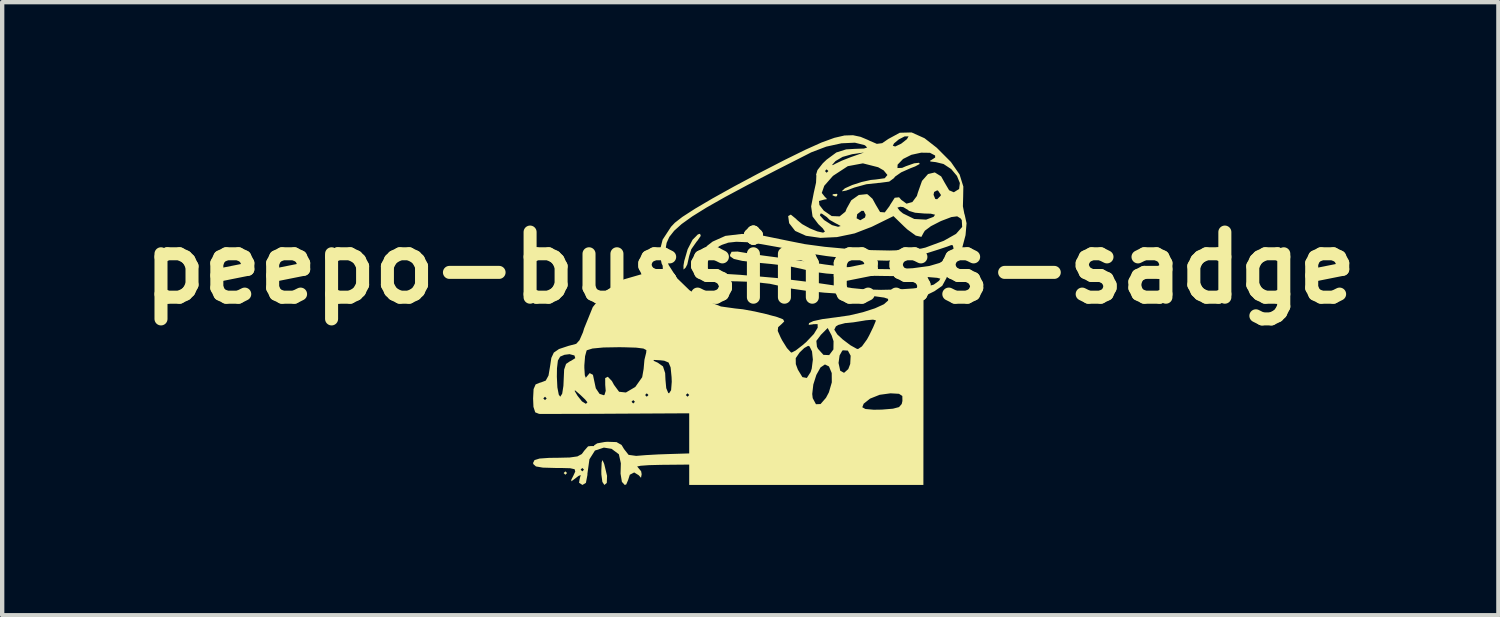
<source format=kicad_pcb>
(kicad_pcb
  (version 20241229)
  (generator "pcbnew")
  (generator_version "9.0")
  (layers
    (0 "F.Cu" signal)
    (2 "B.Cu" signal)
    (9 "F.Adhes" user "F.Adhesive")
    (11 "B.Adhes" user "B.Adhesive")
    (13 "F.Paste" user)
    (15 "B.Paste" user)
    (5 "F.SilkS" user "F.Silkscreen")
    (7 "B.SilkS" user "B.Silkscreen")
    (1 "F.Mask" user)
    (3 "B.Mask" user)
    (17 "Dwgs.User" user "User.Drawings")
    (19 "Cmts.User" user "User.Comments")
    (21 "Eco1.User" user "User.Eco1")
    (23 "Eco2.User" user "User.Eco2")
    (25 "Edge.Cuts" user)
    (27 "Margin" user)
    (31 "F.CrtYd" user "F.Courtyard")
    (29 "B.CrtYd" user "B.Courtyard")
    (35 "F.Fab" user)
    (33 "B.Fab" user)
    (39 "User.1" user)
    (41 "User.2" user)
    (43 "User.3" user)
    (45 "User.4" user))
  (footprint "peepo-bussiness-sadge"
    (layer "F.Cu")
    (at 14.229 3.116)
    (property "Reference" "peepo-bussiness-sadge" (at 0 0 0) (layer "F.SilkS") (effects (font (size 1.5 1.5) (thickness 0.3))))
    (attr board_only exclude_from_pos_files exclude_from_bom)
    (fp_poly (pts (xy -4.22 4.728) (xy -4.259 4.767) (xy -4.298 4.728) (xy -4.259 4.689)) (stroke (width 0) (type solid)) (fill yes) (layer "F.SilkS"))
    (fp_poly (pts (xy 2.006 -1.693) (xy 1.995 -1.647) (xy 1.954 -1.641) (xy 1.89 -1.67) (xy 1.902 -1.693) (xy 1.994 -1.703)) (stroke (width 0) (type solid)) (fill yes) (layer "F.SilkS"))
    (fp_poly (pts (xy -3.369 4.508) (xy -3.361 4.533) (xy -3.299 4.792) (xy -3.305 4.956) (xy -3.361 5.002) (xy -3.407 4.932) (xy -3.43 4.758) (xy -3.431 4.67) (xy -3.422 4.478) (xy -3.404 4.429)) (stroke (width 0) (type solid)) (fill yes) (layer "F.SilkS"))
    (fp_poly (pts (xy -1.141 -0.734) (xy -1.221 -0.618) (xy -1.237 -0.601) (xy -1.359 -0.426) (xy -1.408 -0.269) (xy -1.451 -0.077) (xy -1.491 0) (xy -1.538 0.041) (xy -1.539 -0.05) (xy -1.521 -0.156) (xy -1.443 -0.426) (xy -1.33 -0.644) (xy -1.207 -0.768) (xy -1.157 -0.782)) (stroke (width 0) (type solid)) (fill yes) (layer "F.SilkS"))
    (fp_poly (pts (xy 4.012 -2.983) (xy 4.293 -2.764) (xy 4.62 -2.436) (xy 4.82 -2.147) (xy 4.906 -1.87) (xy 4.902 -1.641) (xy 4.896 -1.415) (xy 4.93 -1.238) (xy 4.937 -1.223) (xy 4.98 -1.025) (xy 4.957 -0.751) (xy 4.881 -0.463) (xy 4.765 -0.221) (xy 4.726 -0.168) (xy 4.595 0.031) (xy 4.522 0.223) (xy 4.521 0.23) (xy 4.42 0.416) (xy 4.242 0.54) (xy 3.989 0.664) (xy 3.988 2.833) (xy 3.986 5.002) (xy 1.29 5.002) (xy -1.407 5.002) (xy -1.407 4.767) (xy -1.407 4.533) (xy -2.052 4.539) (xy -2.332 4.546) (xy -2.526 4.56) (xy -2.606 4.577) (xy -2.599 4.585) (xy -2.514 4.687) (xy -2.502 4.754) (xy -2.517 4.837) (xy -2.572 4.777) (xy -2.674 4.714) (xy -2.775 4.767) (xy -2.814 4.889) (xy -2.857 4.99) (xy -2.892 5.002) (xy -2.957 4.931) (xy -2.988 4.741) (xy -2.981 4.503) (xy -3.027 4.295) (xy -3.195 4.17) (xy -3.372 4.142) (xy -3.578 4.21) (xy -3.705 4.411) (xy -3.751 4.743) (xy -3.751 4.772) (xy -3.786 4.954) (xy -3.866 5.002) (xy -3.944 4.952) (xy -3.93 4.865) (xy -3.905 4.774) (xy -3.958 4.795) (xy -4.023 4.846) (xy -4.122 4.919) (xy -4.122 4.881) (xy -4.074 4.787) (xy -4.031 4.693) (xy -4.043 4.65) (xy -3.908 4.65) (xy -3.869 4.689) (xy -3.83 4.65) (xy -3.869 4.611) (xy -3.908 4.65) (xy -4.043 4.65) (xy -4.046 4.64) (xy -4.149 4.617) (xy -4.369 4.611) (xy -4.491 4.611) (xy -4.777 4.603) (xy -4.936 4.576) (xy -4.998 4.521) (xy -5.002 4.494) (xy -4.97 4.43) (xy -4.854 4.394) (xy -4.625 4.378) (xy -4.458 4.377) (xy -4.161 4.37) (xy -3.982 4.345) (xy -3.88 4.29) (xy -3.828 4.218) (xy -3.736 4.113) (xy -3.669 4.106) (xy -3.599 4.107) (xy -3.595 4.088) (xy -3.525 4.044) (xy -3.353 4.013) (xy -3.293 4.008) (xy -3.081 4.015) (xy -2.964 4.082) (xy -2.909 4.174) (xy -2.803 4.309) (xy -2.627 4.333) (xy -2.605 4.331) (xy -2.406 4.315) (xy -2.122 4.299) (xy -1.895 4.291) (xy -1.407 4.276) (xy -1.407 3.814) (xy -1.407 3.352) (xy -3.068 3.361) (xy -3.569 3.364) (xy -4.022 3.365) (xy -4.403 3.366) (xy -4.685 3.367) (xy -4.845 3.366) (xy -4.865 3.365) (xy -4.953 3.33) (xy -4.991 3.213) (xy 2.579 3.213) (xy 2.651 3.253) (xy 2.843 3.27) (xy 3.028 3.267) (xy 3.285 3.246) (xy 3.425 3.209) (xy 3.487 3.138) (xy 3.503 3.068) (xy 3.501 2.953) (xy 3.424 2.903) (xy 3.232 2.892) (xy 3.227 2.892) (xy 2.979 2.926) (xy 2.758 3.014) (xy 2.611 3.131) (xy 2.579 3.213) (xy -4.991 3.213) (xy -4.994 3.206) (xy -5.002 3.014) (xy -5.002 3.009) (xy -4.767 3.009) (xy -4.728 3.048) (xy -4.689 3.009) (xy -4.728 2.97) (xy -4.767 3.009) (xy -5.002 3.009) (xy -4.991 2.795) (xy -4.944 2.687) (xy -4.841 2.645) (xy -4.826 2.643) (xy -4.711 2.599) (xy -4.662 2.51) (xy -4.455 2.51) (xy -4.443 2.756) (xy -4.411 2.922) (xy -4.377 2.97) (xy -4.332 2.9) (xy -4.322 2.836) (xy -4.046 2.836) (xy -3.978 2.95) (xy -3.876 3.078) (xy -3.786 3.134) (xy -3.751 3.099) (xy -3.761 3.087) (xy -2.735 3.087) (xy -2.696 3.126) (xy -2.657 3.087) (xy -2.696 3.048) (xy -2.735 3.087) (xy -3.761 3.087) (xy -3.803 3.034) (xy -3.919 2.923) (xy -4.034 2.824) (xy -4.046 2.836) (xy -4.322 2.836) (xy -4.304 2.72) (xy -4.298 2.584) (xy -4.287 2.344) (xy -4.274 2.306) (xy -3.822 2.306) (xy -3.811 2.476) (xy -3.788 2.535) (xy -3.778 2.52) (xy -3.699 2.426) (xy -3.624 2.466) (xy -3.595 2.603) (xy -3.558 2.776) (xy -3.472 2.904) (xy -3.373 2.936) (xy -3.361 2.931) (xy -2.423 2.931) (xy -2.384 2.97) (xy -2.345 2.931) (xy -1.485 2.931) (xy -1.446 2.97) (xy -1.407 2.931) (xy -1.43 2.907) (xy 1.426 2.907) (xy 1.437 3.003) (xy 1.512 3.143) (xy 1.618 3.139) (xy 1.743 2.995) (xy 1.81 2.869) (xy 1.877 2.639) (xy 1.875 2.425) (xy 1.812 2.273) (xy 1.719 2.227) (xy 1.617 2.296) (xy 1.521 2.468) (xy 1.451 2.689) (xy 1.426 2.907) (xy -1.43 2.907) (xy -1.446 2.892) (xy -1.485 2.931) (xy -2.345 2.931) (xy -2.384 2.892) (xy -2.423 2.931) (xy -3.361 2.931) (xy -3.359 2.93) (xy -3.33 2.836) (xy -3.341 2.698) (xy -3.342 2.541) (xy -3.281 2.511) (xy -3.187 2.609) (xy -3.14 2.696) (xy -3.022 2.856) (xy -2.865 2.873) (xy -2.655 2.749) (xy -2.647 2.743) (xy -2.49 2.521) (xy -2.457 2.333) (xy -2.44 2.142) (xy -2.228 2.142) (xy -2.13 2.187) (xy -2.011 2.272) (xy -1.961 2.425) (xy -1.954 2.577) (xy -1.936 2.773) (xy -1.89 2.883) (xy -1.871 2.892) (xy -1.824 2.82) (xy -1.809 2.626) (xy -1.813 2.52) (xy -1.835 2.295) (xy -1.882 2.183) (xy -1.982 2.141) (xy -2.071 2.131) (xy -2.221 2.123) (xy -2.228 2.142) (xy -2.44 2.142) (xy -2.437 2.115) (xy -2.429 2.082) (xy 1.046 2.082) (xy 1.048 2.219) (xy 1.095 2.346) (xy 1.2 2.519) (xy 1.302 2.538) (xy 1.39 2.401) (xy 1.415 2.321) (xy 1.431 2.193) (xy 2.032 2.193) (xy 2.071 2.372) (xy 2.159 2.42) (xy 2.256 2.334) (xy 2.301 2.216) (xy 2.311 2.026) (xy 2.247 1.908) (xy 2.135 1.901) (xy 2.117 1.911) (xy 2.056 2.02) (xy 2.032 2.193) (xy 1.431 2.193) (xy 1.441 2.116) (xy 1.421 1.926) (xy 1.364 1.811) (xy 1.332 1.798) (xy 1.242 1.849) (xy 1.135 1.952) (xy 1.046 2.082) (xy -2.429 2.082) (xy -2.398 1.956) (xy -2.398 1.954) (xy -2.393 1.897) (xy -2.461 1.861) (xy -2.627 1.84) (xy -2.915 1.831) (xy -3.028 1.83) (xy -3.38 1.836) (xy -3.634 1.86) (xy -3.763 1.9) (xy -3.77 1.908) (xy -3.805 2.036) (xy -3.822 2.247) (xy -3.822 2.306) (xy -4.274 2.306) (xy -4.243 2.215) (xy -4.15 2.152) (xy -4.134 2.147) (xy -4.031 2.082) (xy -4.05 2.02) (xy -4.162 1.99) (xy -4.28 2.005) (xy -4.379 2.047) (xy -4.431 2.137) (xy -4.452 2.314) (xy -4.455 2.51) (xy -4.662 2.51) (xy -4.647 2.482) (xy -4.611 2.268) (xy -4.582 2.076) (xy -4.525 1.954) (xy -4.406 1.872) (xy -4.189 1.8) (xy -4.009 1.752) (xy -3.933 1.668) (xy -3.853 1.485) (xy -3.828 1.4) (xy -3.628 0.907) (xy -3.325 0.531) (xy -2.916 0.269) (xy -2.399 0.119) (xy -2.324 0.108) (xy -2.107 0.071) (xy -2.015 0.027) (xy -2.018 -0.047) (xy -2.042 -0.097) (xy -2.095 -0.353) (xy -2.09 -0.372) (xy -1.954 -0.372) (xy -1.882 -0.065) (xy -1.687 0.24) (xy -1.4 0.518) (xy -1.053 0.744) (xy -0.676 0.892) (xy -0.347 0.938) (xy -0.169 0.957) (xy 0.098 1.006) (xy 0.357 1.065) (xy 0.621 1.136) (xy 0.755 1.188) (xy 0.781 1.237) (xy 0.724 1.294) (xy 0.641 1.369) (xy 0.632 1.455) (xy 0.699 1.606) (xy 0.735 1.675) (xy 0.844 1.85) (xy 0.934 1.947) (xy 0.952 1.954) (xy 1.046 1.905) (xy 1.205 1.782) (xy 1.292 1.707) (xy 1.313 1.684) (xy 1.521 1.684) (xy 1.534 1.817) (xy 1.558 1.866) (xy 1.684 2.006) (xy 1.816 2.012) (xy 1.912 1.884) (xy 1.914 1.879) (xy 1.917 1.691) (xy 1.872 1.557) (xy 1.802 1.426) (xy 1.934 1.426) (xy 2.003 1.535) (xy 2.127 1.65) (xy 2.307 1.786) (xy 2.449 1.865) (xy 2.48 1.873) (xy 2.571 1.811) (xy 2.687 1.651) (xy 2.734 1.566) (xy 2.83 1.369) (xy 2.886 1.235) (xy 2.892 1.211) (xy 2.824 1.195) (xy 2.656 1.211) (xy 2.599 1.221) (xy 2.375 1.257) (xy 2.206 1.274) (xy 2.188 1.274) (xy 2.023 1.318) (xy 1.971 1.351) (xy 1.934 1.426) (xy 1.802 1.426) (xy 1.782 1.388) (xy 1.626 1.544) (xy 1.521 1.684) (xy 1.313 1.684) (xy 1.463 1.526) (xy 1.552 1.381) (xy 1.55 1.298) (xy 1.449 1.3) (xy 1.433 1.305) (xy 1.345 1.315) (xy 1.352 1.275) (xy 1.45 1.229) (xy 1.659 1.183) (xy 1.937 1.146) (xy 1.963 1.143) (xy 2.284 1.097) (xy 2.597 1.023) (xy 2.872 0.934) (xy 3.076 0.841) (xy 3.174 0.755) (xy 3.173 0.717) (xy 3.083 0.687) (xy 2.868 0.657) (xy 2.559 0.628) (xy 2.186 0.604) (xy 2.132 0.602) (xy 1.705 0.574) (xy 1.3 0.532) (xy 0.963 0.483) (xy 0.75 0.434) (xy 0.449 0.369) (xy 0.057 0.326) (xy -0.313 0.313) (xy -0.654 0.308) (xy -0.876 0.288) (xy -1.018 0.246) (xy -1.115 0.176) (xy -1.135 0.154) (xy -1.152 0.117) (xy -0.977 0.117) (xy -0.234 0.163) (xy 0.606 0.236) (xy 1.58 0.356) (xy 2.345 0.469) (xy 2.645 0.499) (xy 3.009 0.509) (xy 3.391 0.501) (xy 3.75 0.477) (xy 4.042 0.439) (xy 4.223 0.389) (xy 4.227 0.387) (xy 4.347 0.3) (xy 4.376 0.251) (xy 4.303 0.232) (xy 4.098 0.215) (xy 3.79 0.202) (xy 3.403 0.193) (xy 3.106 0.19) (xy 2.598 0.182) (xy 2.135 0.162) (xy 1.751 0.133) (xy 1.481 0.097) (xy 1.436 0.087) (xy 1.163 0.022) (xy 0.949 -0.023) (xy 0.742 -0.056) (xy 0.486 -0.086) (xy 0.137 -0.119) (xy -0.187 -0.158) (xy -0.379 -0.203) (xy -0.461 -0.26) (xy -0.469 -0.293) (xy -0.431 -0.368) (xy -0.295 -0.373) (xy -0.215 -0.36) (xy -0.005 -0.325) (xy 0.292 -0.281) (xy 0.586 -0.242) (xy 0.962 -0.19) (xy 1.39 -0.127) (xy 1.719 -0.075) (xy 2.229 -0.009) (xy 2.759 0.027) (xy 3.275 0.034) (xy 3.741 0.011) (xy 4.12 -0.04) (xy 4.358 -0.11) (xy 4.6 -0.253) (xy 4.689 -0.396) (xy 4.689 -0.407) (xy 4.665 -0.514) (xy 4.631 -0.523) (xy 4.532 -0.486) (xy 4.325 -0.417) (xy 4.051 -0.33) (xy 3.991 -0.312) (xy 3.687 -0.227) (xy 3.425 -0.179) (xy 3.147 -0.163) (xy 2.795 -0.172) (xy 2.623 -0.182) (xy 2.202 -0.217) (xy 1.757 -0.269) (xy 1.366 -0.329) (xy 1.25 -0.352) (xy 0.687 -0.466) (xy 0.252 -0.544) (xy -0.077 -0.588) (xy -0.323 -0.598) (xy -0.508 -0.578) (xy -0.655 -0.527) (xy -0.716 -0.495) (xy -0.902 -0.354) (xy -0.972 -0.19) (xy -0.977 -0.113) (xy -0.977 0.117) (xy -1.152 0.117) (xy -1.228 -0.049) (xy -1.18 -0.275) (xy -0.999 -0.501) (xy -0.867 -0.603) (xy -0.573 -0.734) (xy -0.193 -0.779) (xy 0.288 -0.74) (xy 0.874 -0.62) (xy 1.254 -0.544) (xy 1.714 -0.482) (xy 2.216 -0.436) (xy 2.725 -0.407) (xy 3.205 -0.397) (xy 3.62 -0.408) (xy 3.933 -0.441) (xy 4.032 -0.464) (xy 4.454 -0.62) (xy 4.738 -0.78) (xy 4.879 -0.94) (xy 4.87 -1.097) (xy 4.843 -1.136) (xy 4.764 -1.184) (xy 4.63 -1.167) (xy 4.402 -1.08) (xy 4.375 -1.068) (xy 4.159 -0.957) (xy 4.019 -0.852) (xy 3.988 -0.801) (xy 3.94 -0.711) (xy 3.811 -0.74) (xy 3.615 -0.883) (xy 3.547 -0.946) (xy 3.297 -1.189) (xy 2.799 -0.944) (xy 2.403 -0.791) (xy 1.997 -0.706) (xy 1.614 -0.688) (xy 1.282 -0.736) (xy 1.033 -0.848) (xy 0.896 -1.024) (xy 0.894 -1.03) (xy 0.872 -1.19) (xy 0.933 -1.224) (xy 1.057 -1.123) (xy 1.073 -1.104) (xy 1.193 -1.005) (xy 1.366 -0.909) (xy 1.543 -0.837) (xy 1.677 -0.808) (xy 1.719 -0.833) (xy 1.667 -0.909) (xy 1.568 -1.003) (xy 1.434 -1.18) (xy 1.43 -1.205) (xy 1.603 -1.205) (xy 1.694 -1.104) (xy 1.709 -1.092) (xy 1.881 -0.982) (xy 2.021 -0.943) (xy 2.081 -0.961) (xy 1.995 -1.01) (xy 1.981 -1.015) (xy 1.826 -1.103) (xy 1.79 -1.139) (xy 2.448 -1.139) (xy 2.533 -1.094) (xy 2.641 -1.157) (xy 2.657 -1.218) (xy 2.612 -1.309) (xy 2.564 -1.311) (xy 2.461 -1.233) (xy 2.448 -1.139) (xy 1.79 -1.139) (xy 1.762 -1.167) (xy 1.649 -1.245) (xy 1.617 -1.248) (xy 1.603 -1.205) (xy 1.43 -1.205) (xy 1.401 -1.413) (xy 1.425 -1.537) (xy 1.582 -1.537) (xy 1.591 -1.445) (xy 1.692 -1.315) (xy 1.875 -1.19) (xy 2.057 -1.183) (xy 2.19 -1.291) (xy 2.22 -1.365) (xy 2.325 -1.553) (xy 2.499 -1.676) (xy 2.684 -1.695) (xy 2.704 -1.688) (xy 2.814 -1.588) (xy 2.891 -1.448) (xy 2.989 -1.283) (xy 3.097 -1.275) (xy 3.179 -1.384) (xy 3.387 -1.384) (xy 3.442 -1.312) (xy 3.517 -1.25) (xy 3.776 -1.123) (xy 4.049 -1.108) (xy 4.22 -1.172) (xy 4.255 -1.221) (xy 4.156 -1.245) (xy 4.01 -1.249) (xy 3.795 -1.267) (xy 3.654 -1.31) (xy 3.634 -1.329) (xy 3.523 -1.396) (xy 3.454 -1.405) (xy 3.387 -1.384) (xy 3.179 -1.384) (xy 3.207 -1.422) (xy 3.219 -1.446) (xy 3.326 -1.612) (xy 3.426 -1.622) (xy 3.478 -1.563) (xy 3.597 -1.476) (xy 3.732 -1.513) (xy 3.837 -1.654) (xy 3.844 -1.68) (xy 4.22 -1.68) (xy 4.26 -1.583) (xy 4.304 -1.578) (xy 4.385 -1.659) (xy 4.388 -1.68) (xy 4.327 -1.772) (xy 4.304 -1.783) (xy 4.233 -1.745) (xy 4.22 -1.68) (xy 3.844 -1.68) (xy 3.859 -1.731) (xy 3.954 -2) (xy 4.093 -2.158) (xy 4.249 -2.195) (xy 4.395 -2.104) (xy 4.48 -1.952) (xy 4.579 -1.784) (xy 4.687 -1.738) (xy 4.809 -1.814) (xy 4.826 -1.951) (xy 4.759 -2.115) (xy 4.627 -2.272) (xy 4.45 -2.389) (xy 4.273 -2.432) (xy 4.144 -2.447) (xy 4.145 -2.472) (xy 4.163 -2.477) (xy 4.257 -2.538) (xy 4.256 -2.585) (xy 4.137 -2.647) (xy 3.935 -2.65) (xy 3.71 -2.601) (xy 3.52 -2.506) (xy 3.518 -2.505) (xy 3.392 -2.374) (xy 3.389 -2.296) (xy 3.496 -2.3) (xy 3.583 -2.338) (xy 3.774 -2.405) (xy 3.883 -2.417) (xy 3.903 -2.391) (xy 3.798 -2.334) (xy 3.687 -2.291) (xy 3.475 -2.197) (xy 3.333 -2.098) (xy 3.307 -2.063) (xy 3.199 -1.984) (xy 2.974 -1.954) (xy 2.959 -1.954) (xy 2.673 -1.923) (xy 2.396 -1.847) (xy 2.381 -1.841) (xy 2.208 -1.777) (xy 2.115 -1.761) (xy 2.11 -1.766) (xy 2.178 -1.829) (xy 2.347 -1.905) (xy 2.564 -1.975) (xy 2.776 -2.022) (xy 2.885 -2.032) (xy 3.095 -2.061) (xy 3.158 -2.136) (xy 3.071 -2.242) (xy 2.944 -2.315) (xy 2.593 -2.404) (xy 2.245 -2.339) (xy 1.913 -2.122) (xy 1.895 -2.106) (xy 1.703 -1.887) (xy 1.646 -1.723) (xy 1.727 -1.62) (xy 1.739 -1.615) (xy 1.766 -1.58) (xy 1.7 -1.569) (xy 1.582 -1.537) (xy 1.425 -1.537) (xy 1.464 -1.738) (xy 1.466 -1.745) (xy 1.514 -1.961) (xy 1.521 -2.121) (xy 1.515 -2.144) (xy 1.54 -2.227) (xy 1.719 -2.227) (xy 1.758 -2.188) (xy 1.798 -2.227) (xy 1.758 -2.266) (xy 1.719 -2.227) (xy 1.54 -2.227) (xy 1.547 -2.249) (xy 1.635 -2.362) (xy 1.879 -2.362) (xy 1.913 -2.369) (xy 1.954 -2.392) (xy 2.105 -2.465) (xy 2.319 -2.549) (xy 2.345 -2.558) (xy 2.618 -2.654) (xy 2.346 -2.615) (xy 2.125 -2.553) (xy 1.961 -2.456) (xy 1.955 -2.449) (xy 1.879 -2.362) (xy 1.635 -2.362) (xy 1.669 -2.405) (xy 1.757 -2.489) (xy 1.982 -2.655) (xy 2.207 -2.726) (xy 2.406 -2.738) (xy 2.617 -2.745) (xy 2.691 -2.768) (xy 2.652 -2.809) (xy 3.282 -2.809) (xy 3.337 -2.792) (xy 3.47 -2.855) (xy 3.48 -2.861) (xy 3.608 -2.962) (xy 3.644 -3.025) (xy 3.643 -3.026) (xy 3.553 -3.024) (xy 3.419 -2.955) (xy 3.309 -2.863) (xy 3.282 -2.809) (xy 2.652 -2.809) (xy 2.648 -2.813) (xy 2.628 -2.825) (xy 2.409 -2.88) (xy 2.1 -2.866) (xy 1.749 -2.789) (xy 1.402 -2.657) (xy 1.368 -2.639) (xy 0.591 -2.244) (xy -0.057 -1.909) (xy -0.586 -1.626) (xy -1.009 -1.386) (xy -1.337 -1.182) (xy -1.581 -1.007) (xy -1.753 -0.852) (xy -1.865 -0.71) (xy -1.927 -0.573) (xy -1.952 -0.432) (xy -1.954 -0.372) (xy -2.09 -0.372) (xy -2.019 -0.647) (xy -1.825 -0.944) (xy -1.738 -1.036) (xy -1.566 -1.17) (xy -1.27 -1.361) (xy -0.869 -1.597) (xy -0.378 -1.87) (xy 0.182 -2.169) (xy 0.213 -2.185) (xy 0.8 -2.487) (xy 1.27 -2.718) (xy 1.642 -2.885) (xy 1.936 -2.992) (xy 2.17 -3.046) (xy 2.365 -3.052) (xy 2.539 -3.015) (xy 2.713 -2.942) (xy 2.742 -2.927) (xy 2.914 -2.853) (xy 3.037 -2.869) (xy 3.179 -2.966) (xy 3.443 -3.109) (xy 3.715 -3.116)) (stroke (width 0) (type solid)) (fill yes) (layer "F.SilkS")))
  (gr_rect
    (start -3 -3)
    (end 31.457 11.118)
    (stroke (width 0.1) (type default))
    (fill no)
    (layer "Edge.Cuts")))
</source>
